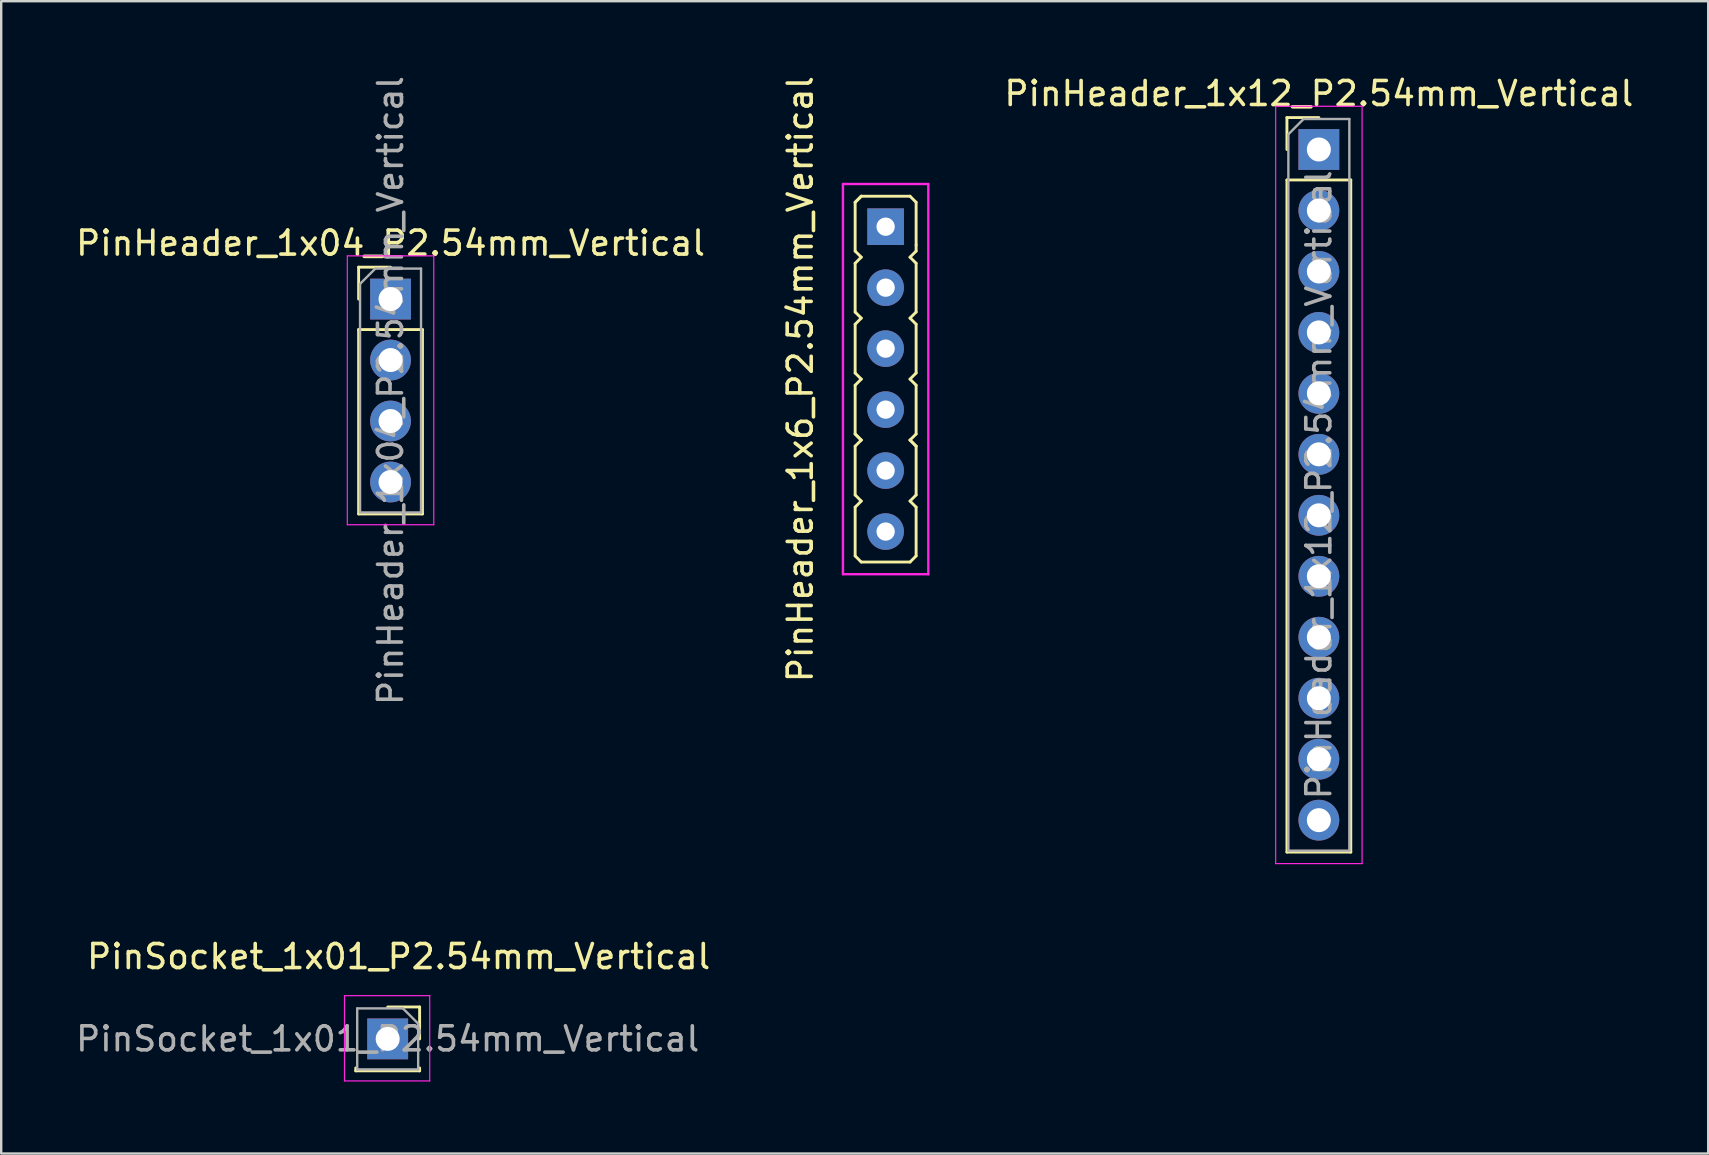
<source format=kicad_pcb>
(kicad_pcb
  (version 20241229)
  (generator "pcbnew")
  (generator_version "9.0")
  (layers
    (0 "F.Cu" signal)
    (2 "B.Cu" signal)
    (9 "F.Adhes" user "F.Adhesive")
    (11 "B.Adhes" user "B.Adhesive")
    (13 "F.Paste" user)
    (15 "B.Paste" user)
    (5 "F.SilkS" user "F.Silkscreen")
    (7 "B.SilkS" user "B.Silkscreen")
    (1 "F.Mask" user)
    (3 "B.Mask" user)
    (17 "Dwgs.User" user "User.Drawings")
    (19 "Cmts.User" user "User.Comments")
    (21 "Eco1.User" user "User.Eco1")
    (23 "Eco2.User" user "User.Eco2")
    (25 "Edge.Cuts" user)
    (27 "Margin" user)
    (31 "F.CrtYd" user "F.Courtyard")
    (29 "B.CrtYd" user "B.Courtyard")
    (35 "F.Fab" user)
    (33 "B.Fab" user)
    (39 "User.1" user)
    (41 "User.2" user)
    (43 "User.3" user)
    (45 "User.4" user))
  (footprint "PinSocket_1x01_P2.54mm_Vertical"
    (layer "F.Cu")
    (at 13.101 40.23)
    (property "Reference" "PinSocket_1x01_P2.54mm_Vertical" (at 0.457 -3.429 0) (layer "F.SilkS") (effects (font (size 1 1) (thickness 0.15))))
    (attr through_hole)
    (fp_line (start -1.33 1.21) (end -1.33 1.33) (stroke (width 0.12) (type solid)) (layer "F.SilkS"))
    (fp_line (start -1.33 1.33) (end 1.33 1.33) (stroke (width 0.12) (type solid)) (layer "F.SilkS"))
    (fp_line (start 0 -1.33) (end 1.33 -1.33) (stroke (width 0.12) (type solid)) (layer "F.SilkS"))
    (fp_line (start 1.33 -1.33) (end 1.33 0) (stroke (width 0.12) (type solid)) (layer "F.SilkS"))
    (fp_line (start 1.33 1.21) (end 1.33 1.33) (stroke (width 0.12) (type solid)) (layer "F.SilkS"))
    (fp_line (start -1.8 -1.8) (end 1.75 -1.8) (stroke (width 0.05) (type solid)) (layer "F.CrtYd"))
    (fp_line (start -1.8 1.75) (end -1.8 -1.8) (stroke (width 0.05) (type solid)) (layer "F.CrtYd"))
    (fp_line (start 1.75 -1.8) (end 1.75 1.75) (stroke (width 0.05) (type solid)) (layer "F.CrtYd"))
    (fp_line (start 1.75 1.75) (end -1.8 1.75) (stroke (width 0.05) (type solid)) (layer "F.CrtYd"))
    (fp_line (start -1.27 -1.27) (end 0.635 -1.27) (stroke (width 0.1) (type solid)) (layer "F.Fab"))
    (fp_line (start -1.27 1.27) (end -1.27 -1.27) (stroke (width 0.1) (type solid)) (layer "F.Fab"))
    (fp_line (start 0.635 -1.27) (end 1.27 -0.635) (stroke (width 0.1) (type solid)) (layer "F.Fab"))
    (fp_line (start 1.27 -0.635) (end 1.27 1.27) (stroke (width 0.1) (type solid)) (layer "F.Fab"))
    (fp_line (start 1.27 1.27) (end -1.27 1.27) (stroke (width 0.1) (type solid)) (layer "F.Fab"))
    (fp_text user "${REFERENCE}" (at 0 0 0) (layer "F.Fab") (effects (font (size 1 1) (thickness 0.15))))
    (pad "1" thru_hole rect (at 0 0) (size 1.7 1.7) (drill 1) (layers "*.Cu" "*.Mask")))
  (footprint "PinHeader_1x04_P2.54mm_Vertical"
    (layer "F.Cu")
    (at 13.22 9.41)
    (property "Reference" "PinHeader_1x04_P2.54mm_Vertical" (at 0 -2.33 0) (layer "F.SilkS") (effects (font (size 1 1) (thickness 0.15))))
    (attr through_hole)
    (fp_line (start -1.33 -1.33) (end 0 -1.33) (stroke (width 0.12) (type solid)) (layer "F.SilkS"))
    (fp_line (start -1.33 0) (end -1.33 -1.33) (stroke (width 0.12) (type solid)) (layer "F.SilkS"))
    (fp_line (start -1.33 1.27) (end -1.33 8.95) (stroke (width 0.12) (type solid)) (layer "F.SilkS"))
    (fp_line (start -1.33 1.27) (end 1.33 1.27) (stroke (width 0.12) (type solid)) (layer "F.SilkS"))
    (fp_line (start -1.33 8.95) (end 1.33 8.95) (stroke (width 0.12) (type solid)) (layer "F.SilkS"))
    (fp_line (start 1.33 1.27) (end 1.33 8.95) (stroke (width 0.12) (type solid)) (layer "F.SilkS"))
    (fp_line (start -1.8 -1.8) (end -1.8 9.4) (stroke (width 0.05) (type solid)) (layer "F.CrtYd"))
    (fp_line (start -1.8 9.4) (end 1.8 9.4) (stroke (width 0.05) (type solid)) (layer "F.CrtYd"))
    (fp_line (start 1.8 -1.8) (end -1.8 -1.8) (stroke (width 0.05) (type solid)) (layer "F.CrtYd"))
    (fp_line (start 1.8 9.4) (end 1.8 -1.8) (stroke (width 0.05) (type solid)) (layer "F.CrtYd"))
    (fp_line (start -1.27 -0.635) (end -0.635 -1.27) (stroke (width 0.1) (type solid)) (layer "F.Fab"))
    (fp_line (start -1.27 8.89) (end -1.27 -0.635) (stroke (width 0.1) (type solid)) (layer "F.Fab"))
    (fp_line (start -0.635 -1.27) (end 1.27 -1.27) (stroke (width 0.1) (type solid)) (layer "F.Fab"))
    (fp_line (start 1.27 -1.27) (end 1.27 8.89) (stroke (width 0.1) (type solid)) (layer "F.Fab"))
    (fp_line (start 1.27 8.89) (end -1.27 8.89) (stroke (width 0.1) (type solid)) (layer "F.Fab"))
    (fp_text user "${REFERENCE}" (at 0 3.81 90) (layer "F.Fab") (effects (font (size 1 1) (thickness 0.15))))
    (pad "1" thru_hole rect (at 0 0) (size 1.7 1.7) (drill 1) (layers "*.Cu" "*.Mask"))
    (pad "2" thru_hole oval (at 0 2.54) (size 1.7 1.7) (drill 1) (layers "*.Cu" "*.Mask"))
    (pad "3" thru_hole oval (at 0 5.08) (size 1.7 1.7) (drill 1) (layers "*.Cu" "*.Mask"))
    (pad "4" thru_hole oval (at 0 7.62) (size 1.7 1.7) (drill 1) (layers "*.Cu" "*.Mask")))
  (footprint "PinHeader_1x12_P2.54mm_Vertical"
    (layer "F.Cu")
    (at 51.893 3.178)
    (property "Reference" "PinHeader_1x12_P2.54mm_Vertical" (at 0 -2.33 180) (layer "F.SilkS") (effects (font (size 1 1) (thickness 0.15))))
    (attr through_hole)
    (fp_line (start -1.33 -1.33) (end 0 -1.33) (stroke (width 0.12) (type solid)) (layer "F.SilkS"))
    (fp_line (start -1.33 0) (end -1.33 -1.33) (stroke (width 0.12) (type solid)) (layer "F.SilkS"))
    (fp_line (start -1.33 1.27) (end -1.33 29.27) (stroke (width 0.12) (type solid)) (layer "F.SilkS"))
    (fp_line (start -1.33 1.27) (end 1.33 1.27) (stroke (width 0.12) (type solid)) (layer "F.SilkS"))
    (fp_line (start -1.33 29.27) (end 1.33 29.27) (stroke (width 0.12) (type solid)) (layer "F.SilkS"))
    (fp_line (start 1.33 1.27) (end 1.33 29.27) (stroke (width 0.12) (type solid)) (layer "F.SilkS"))
    (fp_line (start -1.8 -1.8) (end -1.8 29.75) (stroke (width 0.05) (type solid)) (layer "F.CrtYd"))
    (fp_line (start -1.8 29.75) (end 1.8 29.75) (stroke (width 0.05) (type solid)) (layer "F.CrtYd"))
    (fp_line (start 1.8 -1.8) (end -1.8 -1.8) (stroke (width 0.05) (type solid)) (layer "F.CrtYd"))
    (fp_line (start 1.8 29.75) (end 1.8 -1.8) (stroke (width 0.05) (type solid)) (layer "F.CrtYd"))
    (fp_line (start -1.27 -0.635) (end -0.635 -1.27) (stroke (width 0.1) (type solid)) (layer "F.Fab"))
    (fp_line (start -1.27 29.21) (end -1.27 -0.635) (stroke (width 0.1) (type solid)) (layer "F.Fab"))
    (fp_line (start -0.635 -1.27) (end 1.27 -1.27) (stroke (width 0.1) (type solid)) (layer "F.Fab"))
    (fp_line (start 1.27 -1.27) (end 1.27 29.21) (stroke (width 0.1) (type solid)) (layer "F.Fab"))
    (fp_line (start 1.27 29.21) (end -1.27 29.21) (stroke (width 0.1) (type solid)) (layer "F.Fab"))
    (fp_text user "${REFERENCE}" (at 0 13.97 90) (layer "F.Fab") (effects (font (size 1 1) (thickness 0.15))))
    (pad "1" thru_hole rect (at 0 0) (size 1.7 1.7) (drill 1) (layers "*.Cu" "*.Mask"))
    (pad "2" thru_hole oval (at 0 2.54) (size 1.7 1.7) (drill 1) (layers "*.Cu" "*.Mask"))
    (pad "3" thru_hole oval (at 0 5.08) (size 1.7 1.7) (drill 1) (layers "*.Cu" "*.Mask"))
    (pad "4" thru_hole oval (at 0 7.62) (size 1.7 1.7) (drill 1) (layers "*.Cu" "*.Mask"))
    (pad "5" thru_hole oval (at 0 10.16) (size 1.7 1.7) (drill 1) (layers "*.Cu" "*.Mask"))
    (pad "6" thru_hole oval (at 0 12.7) (size 1.7 1.7) (drill 1) (layers "*.Cu" "*.Mask"))
    (pad "7" thru_hole oval (at 0 15.24) (size 1.7 1.7) (drill 1) (layers "*.Cu" "*.Mask"))
    (pad "8" thru_hole oval (at 0 17.78) (size 1.7 1.7) (drill 1) (layers "*.Cu" "*.Mask"))
    (pad "9" thru_hole oval (at 0 20.32) (size 1.7 1.7) (drill 1) (layers "*.Cu" "*.Mask"))
    (pad "10" thru_hole oval (at 0 22.86) (size 1.7 1.7) (drill 1) (layers "*.Cu" "*.Mask"))
    (pad "11" thru_hole oval (at 0 25.4) (size 1.7 1.7) (drill 1) (layers "*.Cu" "*.Mask"))
    (pad "12" thru_hole oval (at 0 27.94) (size 1.7 1.7) (drill 1) (layers "*.Cu" "*.Mask")))
  (footprint "PinHeader_1x6_P2.54mm_Vertical"
    (layer "F.Cu")
    (at 33.845 12.744)
    (property "Reference" "PinHeader_1x6_P2.54mm_Vertical" (at -3.556 0 270) (layer "F.SilkS") (effects (font (size 1 1) (thickness 0.15))))
    (attr through_hole)
    (fp_line (start -1.27 -7.366) (end -1.016 -7.62) (stroke (width 0.12) (type solid)) (layer "F.SilkS"))
    (fp_line (start -1.27 -7.366) (end -1.016 -7.62) (stroke (width 0.12) (type solid)) (layer "F.SilkS"))
    (fp_line (start -1.27 -5.334) (end -1.27 -7.366) (stroke (width 0.12) (type solid)) (layer "F.SilkS"))
    (fp_line (start -1.27 -4.826) (end -1.016 -5.08) (stroke (width 0.12) (type solid)) (layer "F.SilkS"))
    (fp_line (start -1.27 -2.794) (end -1.27 -4.826) (stroke (width 0.12) (type solid)) (layer "F.SilkS"))
    (fp_line (start -1.27 -2.286) (end -1.016 -2.54) (stroke (width 0.12) (type solid)) (layer "F.SilkS"))
    (fp_line (start -1.27 -0.254) (end -1.27 -2.286) (stroke (width 0.12) (type solid)) (layer "F.SilkS"))
    (fp_line (start -1.27 0.254) (end -1.016 0) (stroke (width 0.12) (type solid)) (layer "F.SilkS"))
    (fp_line (start -1.27 2.286) (end -1.27 0.254) (stroke (width 0.12) (type solid)) (layer "F.SilkS"))
    (fp_line (start -1.27 2.794) (end -1.016 2.54) (stroke (width 0.12) (type solid)) (layer "F.SilkS"))
    (fp_line (start -1.27 4.826) (end -1.27 2.794) (stroke (width 0.12) (type solid)) (layer "F.SilkS"))
    (fp_line (start -1.27 5.334) (end -1.016 5.08) (stroke (width 0.12) (type solid)) (layer "F.SilkS"))
    (fp_line (start -1.27 7.366) (end -1.27 5.334) (stroke (width 0.12) (type solid)) (layer "F.SilkS"))
    (fp_line (start -1.016 -5.08) (end -1.27 -5.334) (stroke (width 0.12) (type solid)) (layer "F.SilkS"))
    (fp_line (start -1.016 -2.54) (end -1.27 -2.794) (stroke (width 0.12) (type solid)) (layer "F.SilkS"))
    (fp_line (start -1.016 0) (end -1.27 -0.254) (stroke (width 0.12) (type solid)) (layer "F.SilkS"))
    (fp_line (start -1.016 2.54) (end -1.27 2.286) (stroke (width 0.12) (type solid)) (layer "F.SilkS"))
    (fp_line (start -1.016 2.54) (end -1.27 2.286) (stroke (width 0.12) (type solid)) (layer "F.SilkS"))
    (fp_line (start -1.016 5.08) (end -1.27 4.826) (stroke (width 0.12) (type solid)) (layer "F.SilkS"))
    (fp_line (start -1.016 7.62) (end -1.27 7.366) (stroke (width 0.12) (type solid)) (layer "F.SilkS"))
    (fp_line (start 1.016 -7.62) (end -1.016 -7.62) (stroke (width 0.12) (type solid)) (layer "F.SilkS"))
    (fp_line (start 1.016 -5.08) (end 1.27 -4.826) (stroke (width 0.12) (type solid)) (layer "F.SilkS"))
    (fp_line (start 1.016 -2.54) (end 1.27 -2.286) (stroke (width 0.12) (type solid)) (layer "F.SilkS"))
    (fp_line (start 1.016 0) (end 1.27 0.254) (stroke (width 0.12) (type solid)) (layer "F.SilkS"))
    (fp_line (start 1.016 2.54) (end 1.27 2.794) (stroke (width 0.12) (type solid)) (layer "F.SilkS"))
    (fp_line (start 1.016 2.54) (end 1.27 2.794) (stroke (width 0.12) (type solid)) (layer "F.SilkS"))
    (fp_line (start 1.016 5.08) (end 1.27 5.334) (stroke (width 0.12) (type solid)) (layer "F.SilkS"))
    (fp_line (start 1.016 7.62) (end -1.016 7.62) (stroke (width 0.12) (type solid)) (layer "F.SilkS"))
    (fp_line (start 1.27 -7.366) (end 1.016 -7.62) (stroke (width 0.12) (type solid)) (layer "F.SilkS"))
    (fp_line (start 1.27 -7.366) (end 1.27 -5.588) (stroke (width 0.12) (type solid)) (layer "F.SilkS"))
    (fp_line (start 1.27 -5.588) (end 1.27 -5.334) (stroke (width 0.12) (type solid)) (layer "F.SilkS"))
    (fp_line (start 1.27 -5.334) (end 1.016 -5.08) (stroke (width 0.12) (type solid)) (layer "F.SilkS"))
    (fp_line (start 1.27 -4.826) (end 1.27 -2.794) (stroke (width 0.12) (type solid)) (layer "F.SilkS"))
    (fp_line (start 1.27 -2.794) (end 1.016 -2.54) (stroke (width 0.12) (type solid)) (layer "F.SilkS"))
    (fp_line (start 1.27 -2.286) (end 1.27 -0.254) (stroke (width 0.12) (type solid)) (layer "F.SilkS"))
    (fp_line (start 1.27 -0.254) (end 1.016 0) (stroke (width 0.12) (type solid)) (layer "F.SilkS"))
    (fp_line (start 1.27 0.254) (end 1.27 2.286) (stroke (width 0.12) (type solid)) (layer "F.SilkS"))
    (fp_line (start 1.27 2.286) (end 1.016 2.54) (stroke (width 0.12) (type solid)) (layer "F.SilkS"))
    (fp_line (start 1.27 2.794) (end 1.27 4.826) (stroke (width 0.12) (type solid)) (layer "F.SilkS"))
    (fp_line (start 1.27 4.826) (end 1.016 5.08) (stroke (width 0.12) (type solid)) (layer "F.SilkS"))
    (fp_line (start 1.27 5.334) (end 1.27 7.366) (stroke (width 0.12) (type solid)) (layer "F.SilkS"))
    (fp_line (start 1.27 7.366) (end 1.016 7.62) (stroke (width 0.12) (type solid)) (layer "F.SilkS"))
    (fp_line (start -1.778 8.128) (end -1.778 -8.128) (stroke (width 0.1) (type solid)) (layer "F.CrtYd"))
    (fp_line (start -1.778 8.128) (end 1.778 8.128) (stroke (width 0.1) (type solid)) (layer "F.CrtYd"))
    (fp_line (start 1.778 -8.128) (end -1.778 -8.128) (stroke (width 0.1) (type solid)) (layer "F.CrtYd"))
    (fp_line (start 1.778 -8.128) (end 1.778 8.128) (stroke (width 0.1) (type solid)) (layer "F.CrtYd"))
    (pad "1" thru_hole rect (at 0 -6.35) (size 1.524 1.524) (drill 0.762) (layers "*.Cu" "*.Mask"))
    (pad "2" thru_hole oval (at 0 -3.81) (size 1.524 1.524) (drill 0.762) (layers "*.Cu" "*.Mask"))
    (pad "3" thru_hole oval (at 0 -1.27) (size 1.524 1.524) (drill 0.762) (layers "*.Cu" "*.Mask"))
    (pad "4" thru_hole oval (at 0 1.27) (size 1.524 1.524) (drill 0.762) (layers "*.Cu" "*.Mask"))
    (pad "5" thru_hole oval (at 0 3.81) (size 1.524 1.524) (drill 0.762) (layers "*.Cu" "*.Mask"))
    (pad "6" thru_hole oval (at 0 6.35) (size 1.524 1.524) (drill 0.762) (layers "*.Cu" "*.Mask")))
  (gr_rect
    (start -3 -3)
    (end 68.113 45.005)
    (stroke (width 0.1) (type default))
    (fill no)
    (layer "Edge.Cuts")))
</source>
